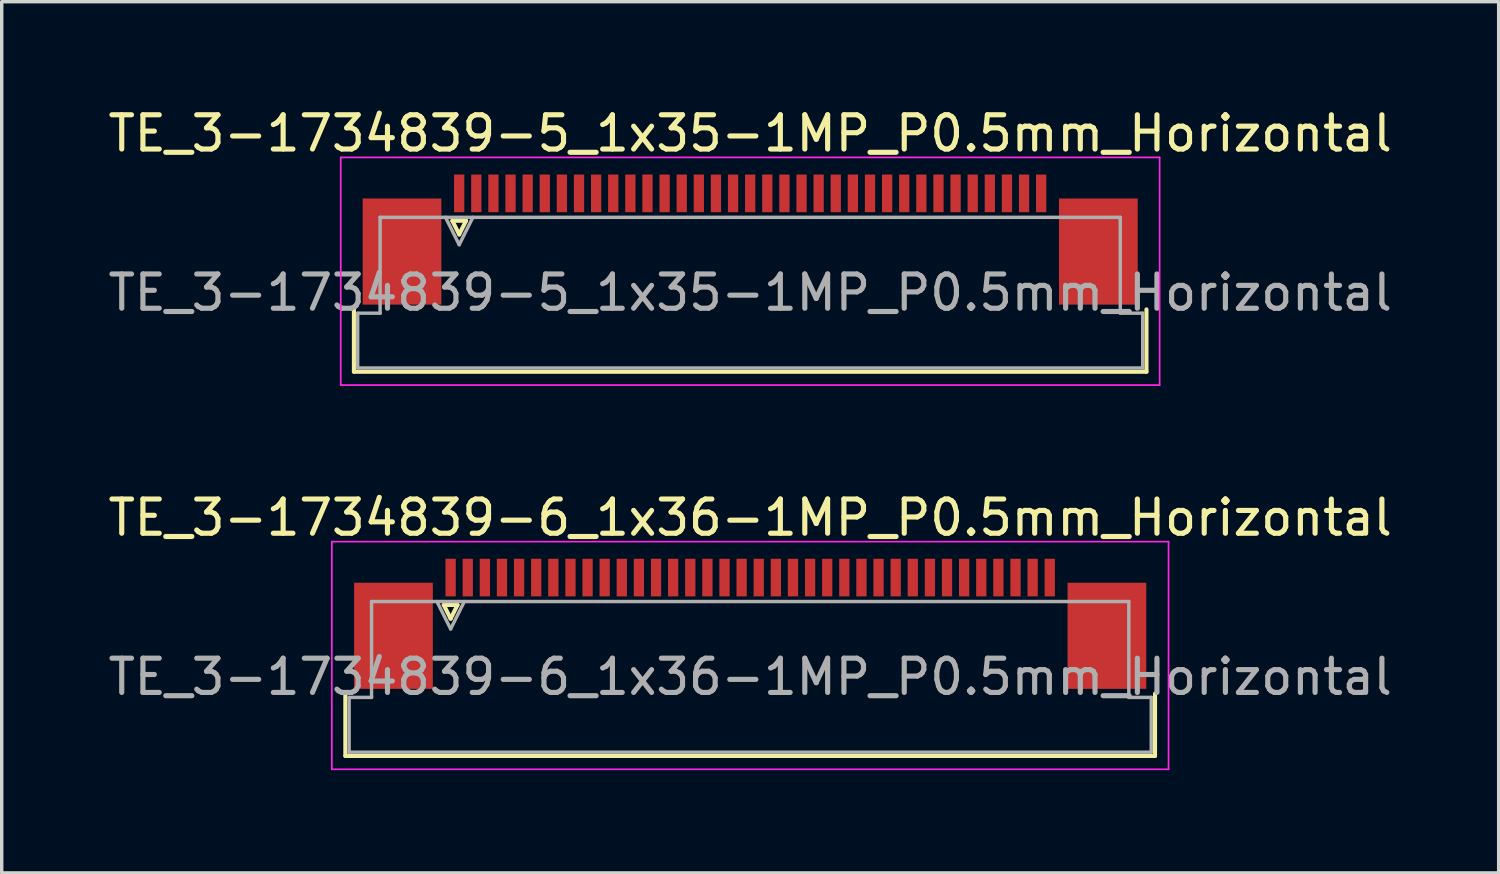
<source format=kicad_pcb>
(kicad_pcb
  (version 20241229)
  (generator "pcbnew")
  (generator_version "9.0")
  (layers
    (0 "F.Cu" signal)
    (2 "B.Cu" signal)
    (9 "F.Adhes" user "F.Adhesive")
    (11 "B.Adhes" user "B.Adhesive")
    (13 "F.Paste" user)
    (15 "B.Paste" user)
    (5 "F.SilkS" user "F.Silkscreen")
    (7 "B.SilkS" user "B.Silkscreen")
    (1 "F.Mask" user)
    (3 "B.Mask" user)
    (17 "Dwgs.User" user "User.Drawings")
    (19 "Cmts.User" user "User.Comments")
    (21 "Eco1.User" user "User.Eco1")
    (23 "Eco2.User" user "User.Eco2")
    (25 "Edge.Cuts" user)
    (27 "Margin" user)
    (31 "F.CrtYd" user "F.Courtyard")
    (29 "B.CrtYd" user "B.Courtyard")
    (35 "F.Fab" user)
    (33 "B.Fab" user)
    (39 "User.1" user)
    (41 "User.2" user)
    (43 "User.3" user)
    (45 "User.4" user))
  (footprint "TE_3-1734839-6_1x36-1MP_P0.5mm_Horizontal"
    (layer "F.Cu")
    (at 18.863 15.621)
    (property "Reference" "TE_3-1734839-6_1x36-1MP_P0.5mm_Horizontal" (at 0 -3.55 0) (layer "F.SilkS") (effects (font (size 1 1) (thickness 0.15))))
    (attr smd)
    (fp_line (start -11.825 3.41) (end -11.825 1.59) (stroke (width 0.12) (type solid)) (layer "F.SilkS"))
    (fp_line (start -8.95 -1) (end -8.75 -0.6) (stroke (width 0.12) (type solid)) (layer "F.SilkS"))
    (fp_line (start -8.75 -0.6) (end -8.55 -1) (stroke (width 0.12) (type solid)) (layer "F.SilkS"))
    (fp_line (start -8.55 -1) (end -8.95 -1) (stroke (width 0.12) (type solid)) (layer "F.SilkS"))
    (fp_line (start 11.825 1.59) (end 11.825 3.41) (stroke (width 0.12) (type solid)) (layer "F.SilkS"))
    (fp_line (start 11.825 3.41) (end -11.825 3.41) (stroke (width 0.12) (type solid)) (layer "F.SilkS"))
    (fp_line (start -12.22 -2.85) (end -12.22 3.8) (stroke (width 0.05) (type solid)) (layer "F.CrtYd"))
    (fp_line (start -12.22 3.8) (end 12.22 3.8) (stroke (width 0.05) (type solid)) (layer "F.CrtYd"))
    (fp_line (start 12.22 -2.85) (end -12.22 -2.85) (stroke (width 0.05) (type solid)) (layer "F.CrtYd"))
    (fp_line (start 12.22 3.8) (end 12.22 -2.85) (stroke (width 0.05) (type solid)) (layer "F.CrtYd"))
    (fp_line (start -11.715 1.7) (end -11.06 1.7) (stroke (width 0.1) (type solid)) (layer "F.Fab"))
    (fp_line (start -11.715 3.3) (end -11.715 1.7) (stroke (width 0.1) (type solid)) (layer "F.Fab"))
    (fp_line (start -11.06 -1.1) (end 11.06 -1.1) (stroke (width 0.1) (type solid)) (layer "F.Fab"))
    (fp_line (start -11.06 1.7) (end -11.06 -1.1) (stroke (width 0.1) (type solid)) (layer "F.Fab"))
    (fp_line (start -9.15 -1.1) (end -8.75 -0.3) (stroke (width 0.1) (type solid)) (layer "F.Fab"))
    (fp_line (start -8.75 -0.3) (end -8.35 -1.1) (stroke (width 0.1) (type solid)) (layer "F.Fab"))
    (fp_line (start 11.06 -1.1) (end 11.06 1.7) (stroke (width 0.1) (type solid)) (layer "F.Fab"))
    (fp_line (start 11.06 1.7) (end 11.715 1.7) (stroke (width 0.1) (type solid)) (layer "F.Fab"))
    (fp_line (start 11.715 1.7) (end 11.715 3.3) (stroke (width 0.1) (type solid)) (layer "F.Fab"))
    (fp_line (start 11.715 3.3) (end -11.715 3.3) (stroke (width 0.1) (type solid)) (layer "F.Fab"))
    (fp_text user "${REFERENCE}" (at 0 1.1 0) (layer "F.Fab") (effects (font (size 1 1) (thickness 0.15))))
    (pad "1" smd rect (at -8.75 -1.8) (size 0.3 1.1) (layers "F.Cu" "F.Mask" "F.Paste"))
    (pad "2" smd rect (at -8.25 -1.8) (size 0.3 1.1) (layers "F.Cu" "F.Mask" "F.Paste"))
    (pad "3" smd rect (at -7.75 -1.8) (size 0.3 1.1) (layers "F.Cu" "F.Mask" "F.Paste"))
    (pad "4" smd rect (at -7.25 -1.8) (size 0.3 1.1) (layers "F.Cu" "F.Mask" "F.Paste"))
    (pad "5" smd rect (at -6.75 -1.8) (size 0.3 1.1) (layers "F.Cu" "F.Mask" "F.Paste"))
    (pad "6" smd rect (at -6.25 -1.8) (size 0.3 1.1) (layers "F.Cu" "F.Mask" "F.Paste"))
    (pad "7" smd rect (at -5.75 -1.8) (size 0.3 1.1) (layers "F.Cu" "F.Mask" "F.Paste"))
    (pad "8" smd rect (at -5.25 -1.8) (size 0.3 1.1) (layers "F.Cu" "F.Mask" "F.Paste"))
    (pad "9" smd rect (at -4.75 -1.8) (size 0.3 1.1) (layers "F.Cu" "F.Mask" "F.Paste"))
    (pad "10" smd rect (at -4.25 -1.8) (size 0.3 1.1) (layers "F.Cu" "F.Mask" "F.Paste"))
    (pad "11" smd rect (at -3.75 -1.8) (size 0.3 1.1) (layers "F.Cu" "F.Mask" "F.Paste"))
    (pad "12" smd rect (at -3.25 -1.8) (size 0.3 1.1) (layers "F.Cu" "F.Mask" "F.Paste"))
    (pad "13" smd rect (at -2.75 -1.8) (size 0.3 1.1) (layers "F.Cu" "F.Mask" "F.Paste"))
    (pad "14" smd rect (at -2.25 -1.8) (size 0.3 1.1) (layers "F.Cu" "F.Mask" "F.Paste"))
    (pad "15" smd rect (at -1.75 -1.8) (size 0.3 1.1) (layers "F.Cu" "F.Mask" "F.Paste"))
    (pad "16" smd rect (at -1.25 -1.8) (size 0.3 1.1) (layers "F.Cu" "F.Mask" "F.Paste"))
    (pad "17" smd rect (at -0.75 -1.8) (size 0.3 1.1) (layers "F.Cu" "F.Mask" "F.Paste"))
    (pad "18" smd rect (at -0.25 -1.8) (size 0.3 1.1) (layers "F.Cu" "F.Mask" "F.Paste"))
    (pad "19" smd rect (at 0.25 -1.8) (size 0.3 1.1) (layers "F.Cu" "F.Mask" "F.Paste"))
    (pad "20" smd rect (at 0.75 -1.8) (size 0.3 1.1) (layers "F.Cu" "F.Mask" "F.Paste"))
    (pad "21" smd rect (at 1.25 -1.8) (size 0.3 1.1) (layers "F.Cu" "F.Mask" "F.Paste"))
    (pad "22" smd rect (at 1.75 -1.8) (size 0.3 1.1) (layers "F.Cu" "F.Mask" "F.Paste"))
    (pad "23" smd rect (at 2.25 -1.8) (size 0.3 1.1) (layers "F.Cu" "F.Mask" "F.Paste"))
    (pad "24" smd rect (at 2.75 -1.8) (size 0.3 1.1) (layers "F.Cu" "F.Mask" "F.Paste"))
    (pad "25" smd rect (at 3.25 -1.8) (size 0.3 1.1) (layers "F.Cu" "F.Mask" "F.Paste"))
    (pad "26" smd rect (at 3.75 -1.8) (size 0.3 1.1) (layers "F.Cu" "F.Mask" "F.Paste"))
    (pad "27" smd rect (at 4.25 -1.8) (size 0.3 1.1) (layers "F.Cu" "F.Mask" "F.Paste"))
    (pad "28" smd rect (at 4.75 -1.8) (size 0.3 1.1) (layers "F.Cu" "F.Mask" "F.Paste"))
    (pad "29" smd rect (at 5.25 -1.8) (size 0.3 1.1) (layers "F.Cu" "F.Mask" "F.Paste"))
    (pad "30" smd rect (at 5.75 -1.8) (size 0.3 1.1) (layers "F.Cu" "F.Mask" "F.Paste"))
    (pad "31" smd rect (at 6.25 -1.8) (size 0.3 1.1) (layers "F.Cu" "F.Mask" "F.Paste"))
    (pad "32" smd rect (at 6.75 -1.8) (size 0.3 1.1) (layers "F.Cu" "F.Mask" "F.Paste"))
    (pad "33" smd rect (at 7.25 -1.8) (size 0.3 1.1) (layers "F.Cu" "F.Mask" "F.Paste"))
    (pad "34" smd rect (at 7.75 -1.8) (size 0.3 1.1) (layers "F.Cu" "F.Mask" "F.Paste"))
    (pad "35" smd rect (at 8.25 -1.8) (size 0.3 1.1) (layers "F.Cu" "F.Mask" "F.Paste"))
    (pad "36" smd rect (at 8.75 -1.8) (size 0.3 1.1) (layers "F.Cu" "F.Mask" "F.Paste"))
    (pad "MP" smd rect (at -10.42 -0.1) (size 2.3 3.1) (layers "F.Cu" "F.Mask" "F.Paste"))
    (pad "MP" smd rect (at 10.42 -0.1) (size 2.3 3.1) (layers "F.Cu" "F.Mask" "F.Paste")))
  (footprint "TE_3-1734839-5_1x35-1MP_P0.5mm_Horizontal"
    (layer "F.Cu")
    (at 18.863 4.398)
    (property "Reference" "TE_3-1734839-5_1x35-1MP_P0.5mm_Horizontal" (at 0 -3.55 0) (layer "F.SilkS") (effects (font (size 1 1) (thickness 0.15))))
    (attr smd)
    (fp_line (start -11.575 3.41) (end -11.575 1.59) (stroke (width 0.12) (type solid)) (layer "F.SilkS"))
    (fp_line (start -8.7 -1) (end -8.5 -0.6) (stroke (width 0.12) (type solid)) (layer "F.SilkS"))
    (fp_line (start -8.5 -0.6) (end -8.3 -1) (stroke (width 0.12) (type solid)) (layer "F.SilkS"))
    (fp_line (start -8.3 -1) (end -8.7 -1) (stroke (width 0.12) (type solid)) (layer "F.SilkS"))
    (fp_line (start 11.575 1.59) (end 11.575 3.41) (stroke (width 0.12) (type solid)) (layer "F.SilkS"))
    (fp_line (start 11.575 3.41) (end -11.575 3.41) (stroke (width 0.12) (type solid)) (layer "F.SilkS"))
    (fp_line (start -11.96 -2.85) (end -11.96 3.8) (stroke (width 0.05) (type solid)) (layer "F.CrtYd"))
    (fp_line (start -11.96 3.8) (end 11.96 3.8) (stroke (width 0.05) (type solid)) (layer "F.CrtYd"))
    (fp_line (start 11.96 -2.85) (end -11.96 -2.85) (stroke (width 0.05) (type solid)) (layer "F.CrtYd"))
    (fp_line (start 11.96 3.8) (end 11.96 -2.85) (stroke (width 0.05) (type solid)) (layer "F.CrtYd"))
    (fp_line (start -11.465 1.7) (end -10.81 1.7) (stroke (width 0.1) (type solid)) (layer "F.Fab"))
    (fp_line (start -11.465 3.3) (end -11.465 1.7) (stroke (width 0.1) (type solid)) (layer "F.Fab"))
    (fp_line (start -10.81 -1.1) (end 10.81 -1.1) (stroke (width 0.1) (type solid)) (layer "F.Fab"))
    (fp_line (start -10.81 1.7) (end -10.81 -1.1) (stroke (width 0.1) (type solid)) (layer "F.Fab"))
    (fp_line (start -8.9 -1.1) (end -8.5 -0.3) (stroke (width 0.1) (type solid)) (layer "F.Fab"))
    (fp_line (start -8.5 -0.3) (end -8.1 -1.1) (stroke (width 0.1) (type solid)) (layer "F.Fab"))
    (fp_line (start 10.81 -1.1) (end 10.81 1.7) (stroke (width 0.1) (type solid)) (layer "F.Fab"))
    (fp_line (start 10.81 1.7) (end 11.465 1.7) (stroke (width 0.1) (type solid)) (layer "F.Fab"))
    (fp_line (start 11.465 1.7) (end 11.465 3.3) (stroke (width 0.1) (type solid)) (layer "F.Fab"))
    (fp_line (start 11.465 3.3) (end -11.465 3.3) (stroke (width 0.1) (type solid)) (layer "F.Fab"))
    (fp_text user "${REFERENCE}" (at 0 1.1 0) (layer "F.Fab") (effects (font (size 1 1) (thickness 0.15))))
    (pad "1" smd rect (at -8.5 -1.8) (size 0.3 1.1) (layers "F.Cu" "F.Mask" "F.Paste"))
    (pad "2" smd rect (at -8 -1.8) (size 0.3 1.1) (layers "F.Cu" "F.Mask" "F.Paste"))
    (pad "3" smd rect (at -7.5 -1.8) (size 0.3 1.1) (layers "F.Cu" "F.Mask" "F.Paste"))
    (pad "4" smd rect (at -7 -1.8) (size 0.3 1.1) (layers "F.Cu" "F.Mask" "F.Paste"))
    (pad "5" smd rect (at -6.5 -1.8) (size 0.3 1.1) (layers "F.Cu" "F.Mask" "F.Paste"))
    (pad "6" smd rect (at -6 -1.8) (size 0.3 1.1) (layers "F.Cu" "F.Mask" "F.Paste"))
    (pad "7" smd rect (at -5.5 -1.8) (size 0.3 1.1) (layers "F.Cu" "F.Mask" "F.Paste"))
    (pad "8" smd rect (at -5 -1.8) (size 0.3 1.1) (layers "F.Cu" "F.Mask" "F.Paste"))
    (pad "9" smd rect (at -4.5 -1.8) (size 0.3 1.1) (layers "F.Cu" "F.Mask" "F.Paste"))
    (pad "10" smd rect (at -4 -1.8) (size 0.3 1.1) (layers "F.Cu" "F.Mask" "F.Paste"))
    (pad "11" smd rect (at -3.5 -1.8) (size 0.3 1.1) (layers "F.Cu" "F.Mask" "F.Paste"))
    (pad "12" smd rect (at -3 -1.8) (size 0.3 1.1) (layers "F.Cu" "F.Mask" "F.Paste"))
    (pad "13" smd rect (at -2.5 -1.8) (size 0.3 1.1) (layers "F.Cu" "F.Mask" "F.Paste"))
    (pad "14" smd rect (at -2 -1.8) (size 0.3 1.1) (layers "F.Cu" "F.Mask" "F.Paste"))
    (pad "15" smd rect (at -1.5 -1.8) (size 0.3 1.1) (layers "F.Cu" "F.Mask" "F.Paste"))
    (pad "16" smd rect (at -1 -1.8) (size 0.3 1.1) (layers "F.Cu" "F.Mask" "F.Paste"))
    (pad "17" smd rect (at -0.5 -1.8) (size 0.3 1.1) (layers "F.Cu" "F.Mask" "F.Paste"))
    (pad "18" smd rect (at 0 -1.8) (size 0.3 1.1) (layers "F.Cu" "F.Mask" "F.Paste"))
    (pad "19" smd rect (at 0.5 -1.8) (size 0.3 1.1) (layers "F.Cu" "F.Mask" "F.Paste"))
    (pad "20" smd rect (at 1 -1.8) (size 0.3 1.1) (layers "F.Cu" "F.Mask" "F.Paste"))
    (pad "21" smd rect (at 1.5 -1.8) (size 0.3 1.1) (layers "F.Cu" "F.Mask" "F.Paste"))
    (pad "22" smd rect (at 2 -1.8) (size 0.3 1.1) (layers "F.Cu" "F.Mask" "F.Paste"))
    (pad "23" smd rect (at 2.5 -1.8) (size 0.3 1.1) (layers "F.Cu" "F.Mask" "F.Paste"))
    (pad "24" smd rect (at 3 -1.8) (size 0.3 1.1) (layers "F.Cu" "F.Mask" "F.Paste"))
    (pad "25" smd rect (at 3.5 -1.8) (size 0.3 1.1) (layers "F.Cu" "F.Mask" "F.Paste"))
    (pad "26" smd rect (at 4 -1.8) (size 0.3 1.1) (layers "F.Cu" "F.Mask" "F.Paste"))
    (pad "27" smd rect (at 4.5 -1.8) (size 0.3 1.1) (layers "F.Cu" "F.Mask" "F.Paste"))
    (pad "28" smd rect (at 5 -1.8) (size 0.3 1.1) (layers "F.Cu" "F.Mask" "F.Paste"))
    (pad "29" smd rect (at 5.5 -1.8) (size 0.3 1.1) (layers "F.Cu" "F.Mask" "F.Paste"))
    (pad "30" smd rect (at 6 -1.8) (size 0.3 1.1) (layers "F.Cu" "F.Mask" "F.Paste"))
    (pad "31" smd rect (at 6.5 -1.8) (size 0.3 1.1) (layers "F.Cu" "F.Mask" "F.Paste"))
    (pad "32" smd rect (at 7 -1.8) (size 0.3 1.1) (layers "F.Cu" "F.Mask" "F.Paste"))
    (pad "33" smd rect (at 7.5 -1.8) (size 0.3 1.1) (layers "F.Cu" "F.Mask" "F.Paste"))
    (pad "34" smd rect (at 8 -1.8) (size 0.3 1.1) (layers "F.Cu" "F.Mask" "F.Paste"))
    (pad "35" smd rect (at 8.5 -1.8) (size 0.3 1.1) (layers "F.Cu" "F.Mask" "F.Paste"))
    (pad "MP" smd rect (at -10.17 -0.1) (size 2.3 3.1) (layers "F.Cu" "F.Mask" "F.Paste"))
    (pad "MP" smd rect (at 10.17 -0.1) (size 2.3 3.1) (layers "F.Cu" "F.Mask" "F.Paste")))
  (gr_rect
    (start -3 -3)
    (end 40.726 22.447)
    (stroke (width 0.1) (type default))
    (fill no)
    (layer "Edge.Cuts")))
</source>
